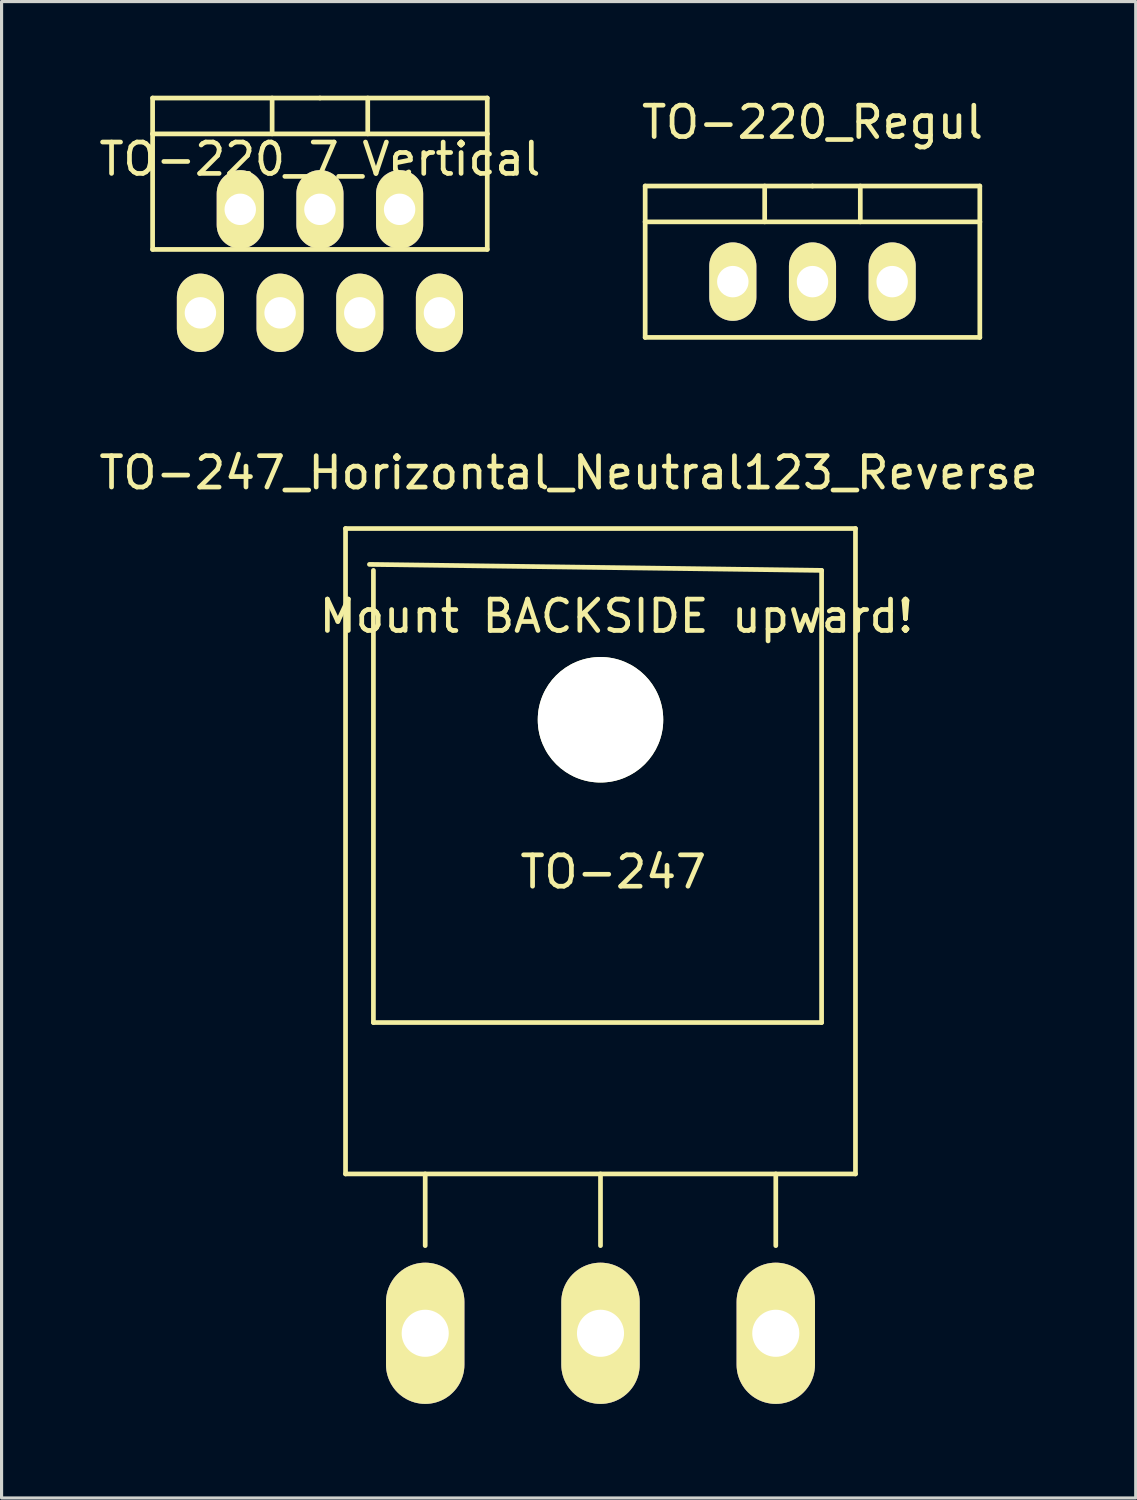
<source format=kicad_pcb>
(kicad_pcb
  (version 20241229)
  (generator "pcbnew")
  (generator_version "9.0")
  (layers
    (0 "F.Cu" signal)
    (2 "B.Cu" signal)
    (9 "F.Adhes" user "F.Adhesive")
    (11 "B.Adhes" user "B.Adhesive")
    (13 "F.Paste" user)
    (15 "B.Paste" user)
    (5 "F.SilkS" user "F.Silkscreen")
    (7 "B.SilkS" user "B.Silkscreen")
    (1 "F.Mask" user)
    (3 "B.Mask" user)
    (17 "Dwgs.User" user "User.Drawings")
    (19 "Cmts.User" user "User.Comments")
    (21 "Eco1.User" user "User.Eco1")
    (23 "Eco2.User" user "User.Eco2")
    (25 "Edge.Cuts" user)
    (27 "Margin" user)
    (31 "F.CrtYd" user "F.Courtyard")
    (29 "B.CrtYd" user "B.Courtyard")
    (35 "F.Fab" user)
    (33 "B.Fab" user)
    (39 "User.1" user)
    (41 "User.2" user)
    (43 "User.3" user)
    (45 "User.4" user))
  (footprint "TO-220_7_Vertical"
    (layer "F.Cu")
    (at 7.149 3.123)
    (property "Reference" "TO-220_7_Vertical" (at 0 -1.1 0) (layer "F.SilkS") (effects (font (size 1 1) (thickness 0.15))))
    (attr through_hole)
    (fp_line (start -5.334 -1.905) (end -5.334 -3.048) (stroke (width 0.15) (type solid)) (layer "F.SilkS"))
    (fp_line (start -5.334 1.778) (end -5.334 -1.905) (stroke (width 0.15) (type solid)) (layer "F.SilkS"))
    (fp_line (start -1.524 -3.048) (end -1.524 -1.905) (stroke (width 0.15) (type solid)) (layer "F.SilkS"))
    (fp_line (start 0 -3.048) (end -5.334 -3.048) (stroke (width 0.15) (type solid)) (layer "F.SilkS"))
    (fp_line (start 0 -3.048) (end 5.334 -3.048) (stroke (width 0.15) (type solid)) (layer "F.SilkS"))
    (fp_line (start 1.524 -3.048) (end 1.524 -1.905) (stroke (width 0.15) (type solid)) (layer "F.SilkS"))
    (fp_line (start 5.334 -3.048) (end 5.334 -1.905) (stroke (width 0.15) (type solid)) (layer "F.SilkS"))
    (fp_line (start 5.334 -1.905) (end -5.334 -1.905) (stroke (width 0.15) (type solid)) (layer "F.SilkS"))
    (fp_line (start 5.334 -1.905) (end 5.334 1.778) (stroke (width 0.15) (type solid)) (layer "F.SilkS"))
    (fp_line (start 5.334 1.778) (end -5.334 1.778) (stroke (width 0.15) (type solid)) (layer "F.SilkS"))
    (pad "1" thru_hole oval (at -3.81 3.8 90) (size 2.499 1.501) (drill 1.001) (layers "*.Cu" "*.Mask" "F.SilkS"))
    (pad "2" thru_hole oval (at -2.54 0.5 90) (size 2.499 1.501) (drill 1.001) (layers "*.Cu" "*.Mask" "F.SilkS"))
    (pad "3" thru_hole oval (at -1.27 3.8 90) (size 2.499 1.501) (drill 1.001) (layers "*.Cu" "*.Mask" "F.SilkS"))
    (pad "4" thru_hole oval (at 0 0.5 90) (size 2.499 1.501) (drill 1.001) (layers "*.Cu" "*.Mask" "F.SilkS"))
    (pad "5" thru_hole oval (at 1.27 3.8 90) (size 2.499 1.501) (drill 1.001) (layers "*.Cu" "*.Mask" "F.SilkS"))
    (pad "6" thru_hole oval (at 2.54 0.5 90) (size 2.499 1.501) (drill 1.001) (layers "*.Cu" "*.Mask" "F.SilkS"))
    (pad "7" thru_hole oval (at 3.81 3.8 90) (size 2.499 1.501) (drill 1.001) (layers "*.Cu" "*.Mask" "F.SilkS")))
  (footprint "TO-220_Regul"
    (layer "F.Cu")
    (at 22.851 5.928)
    (property "Reference" "TO-220_Regul" (at 0 -5.08 0) (layer "F.SilkS") (effects (font (size 1 1) (thickness 0.15))))
    (attr through_hole)
    (fp_line (start -5.334 -1.905) (end -5.334 -3.048) (stroke (width 0.15) (type solid)) (layer "F.SilkS"))
    (fp_line (start -5.334 1.778) (end -5.334 -1.905) (stroke (width 0.15) (type solid)) (layer "F.SilkS"))
    (fp_line (start -1.524 -3.048) (end -1.524 -1.905) (stroke (width 0.15) (type solid)) (layer "F.SilkS"))
    (fp_line (start 0 -3.048) (end -5.334 -3.048) (stroke (width 0.15) (type solid)) (layer "F.SilkS"))
    (fp_line (start 0 -3.048) (end 5.334 -3.048) (stroke (width 0.15) (type solid)) (layer "F.SilkS"))
    (fp_line (start 1.524 -3.048) (end 1.524 -1.905) (stroke (width 0.15) (type solid)) (layer "F.SilkS"))
    (fp_line (start 5.334 -3.048) (end 5.334 -1.905) (stroke (width 0.15) (type solid)) (layer "F.SilkS"))
    (fp_line (start 5.334 -1.905) (end -5.334 -1.905) (stroke (width 0.15) (type solid)) (layer "F.SilkS"))
    (fp_line (start 5.334 -1.905) (end 5.334 1.778) (stroke (width 0.15) (type solid)) (layer "F.SilkS"))
    (fp_line (start 5.334 1.778) (end -5.334 1.778) (stroke (width 0.15) (type solid)) (layer "F.SilkS"))
    (pad "GND" thru_hole oval (at 0 0 90) (size 2.499 1.501) (drill 1.001) (layers "*.Cu" "*.Mask" "F.SilkS"))
    (pad "VI" thru_hole oval (at -2.54 0 90) (size 2.499 1.501) (drill 1.001) (layers "*.Cu" "*.Mask" "F.SilkS"))
    (pad "VO" thru_hole oval (at 2.54 0 90) (size 2.499 1.501) (drill 1.001) (layers "*.Cu" "*.Mask" "F.SilkS")))
  (footprint "TO-247_Horizontal_Neutral123_Reverse"
    (layer "F.Cu")
    (at 16.093 39.453)
    (property "Reference" "TO-247_Horizontal_Neutral123_Reverse" (at -1.016 -27.432 0) (layer "F.SilkS") (effects (font (size 1 1) (thickness 0.15))))
    (attr through_hole)
    (fp_line (start -8.128 -25.654) (end -8.128 -5.08) (stroke (width 0.15) (type solid)) (layer "F.SilkS"))
    (fp_line (start -8.128 -5.08) (end 8.128 -5.08) (stroke (width 0.15) (type solid)) (layer "F.SilkS"))
    (fp_line (start -7.366 -24.511) (end 7.048 -24.32) (stroke (width 0.15) (type solid)) (layer "F.SilkS"))
    (fp_line (start -7.239 -9.906) (end -7.239 -24.32) (stroke (width 0.15) (type solid)) (layer "F.SilkS"))
    (fp_line (start -5.588 -2.794) (end -5.588 -5.08) (stroke (width 0.15) (type solid)) (layer "F.SilkS"))
    (fp_line (start 0 -2.794) (end 0 -5.08) (stroke (width 0.15) (type solid)) (layer "F.SilkS"))
    (fp_line (start 5.588 -2.794) (end 5.588 -5.08) (stroke (width 0.15) (type solid)) (layer "F.SilkS"))
    (fp_line (start 7.048 -24.32) (end 7.048 -9.906) (stroke (width 0.15) (type solid)) (layer "F.SilkS"))
    (fp_line (start 7.048 -9.906) (end -7.239 -9.906) (stroke (width 0.15) (type solid)) (layer "F.SilkS"))
    (fp_line (start 8.128 -25.654) (end -8.128 -25.654) (stroke (width 0.15) (type solid)) (layer "F.SilkS"))
    (fp_line (start 8.128 -25.654) (end 8.128 -5.08) (stroke (width 0.15) (type solid)) (layer "F.SilkS"))
    (fp_circle (center 0 -19.558) (end 1.778 -19.558) (stroke (width 0.15) (type solid)) (fill no) (layer "F.SilkS"))
    (fp_text user "TO-247" (at 0.406 -14.707 0) (layer "F.SilkS") (effects (font (size 1 1) (thickness 0.15))))
    (fp_text user "Mount BACKSIDE upward!" (at 0.508 -22.86 0) (layer "F.SilkS") (effects (font (size 1 1) (thickness 0.15))))
    (pad "" np_thru_hole circle (at 0 -19.558) (size 4 4) (drill 4) (layers "*.Cu" "*.Mask" "F.SilkS"))
    (pad "D" thru_hole oval (at 0 0 90) (size 4.501 2.499) (drill 1.501) (layers "*.Cu" "*.Mask" "F.SilkS"))
    (pad "G" thru_hole oval (at -5.588 0 90) (size 4.501 2.499) (drill 1.501) (layers "*.Cu" "*.Mask" "F.SilkS"))
    (pad "S" thru_hole oval (at 5.588 0 90) (size 4.501 2.499) (drill 1.501) (layers "*.Cu" "*.Mask" "F.SilkS")))
  (gr_rect
    (start -3 -3)
    (end 33.155 44.703)
    (stroke (width 0.1) (type default))
    (fill no)
    (layer "Edge.Cuts")))
</source>
